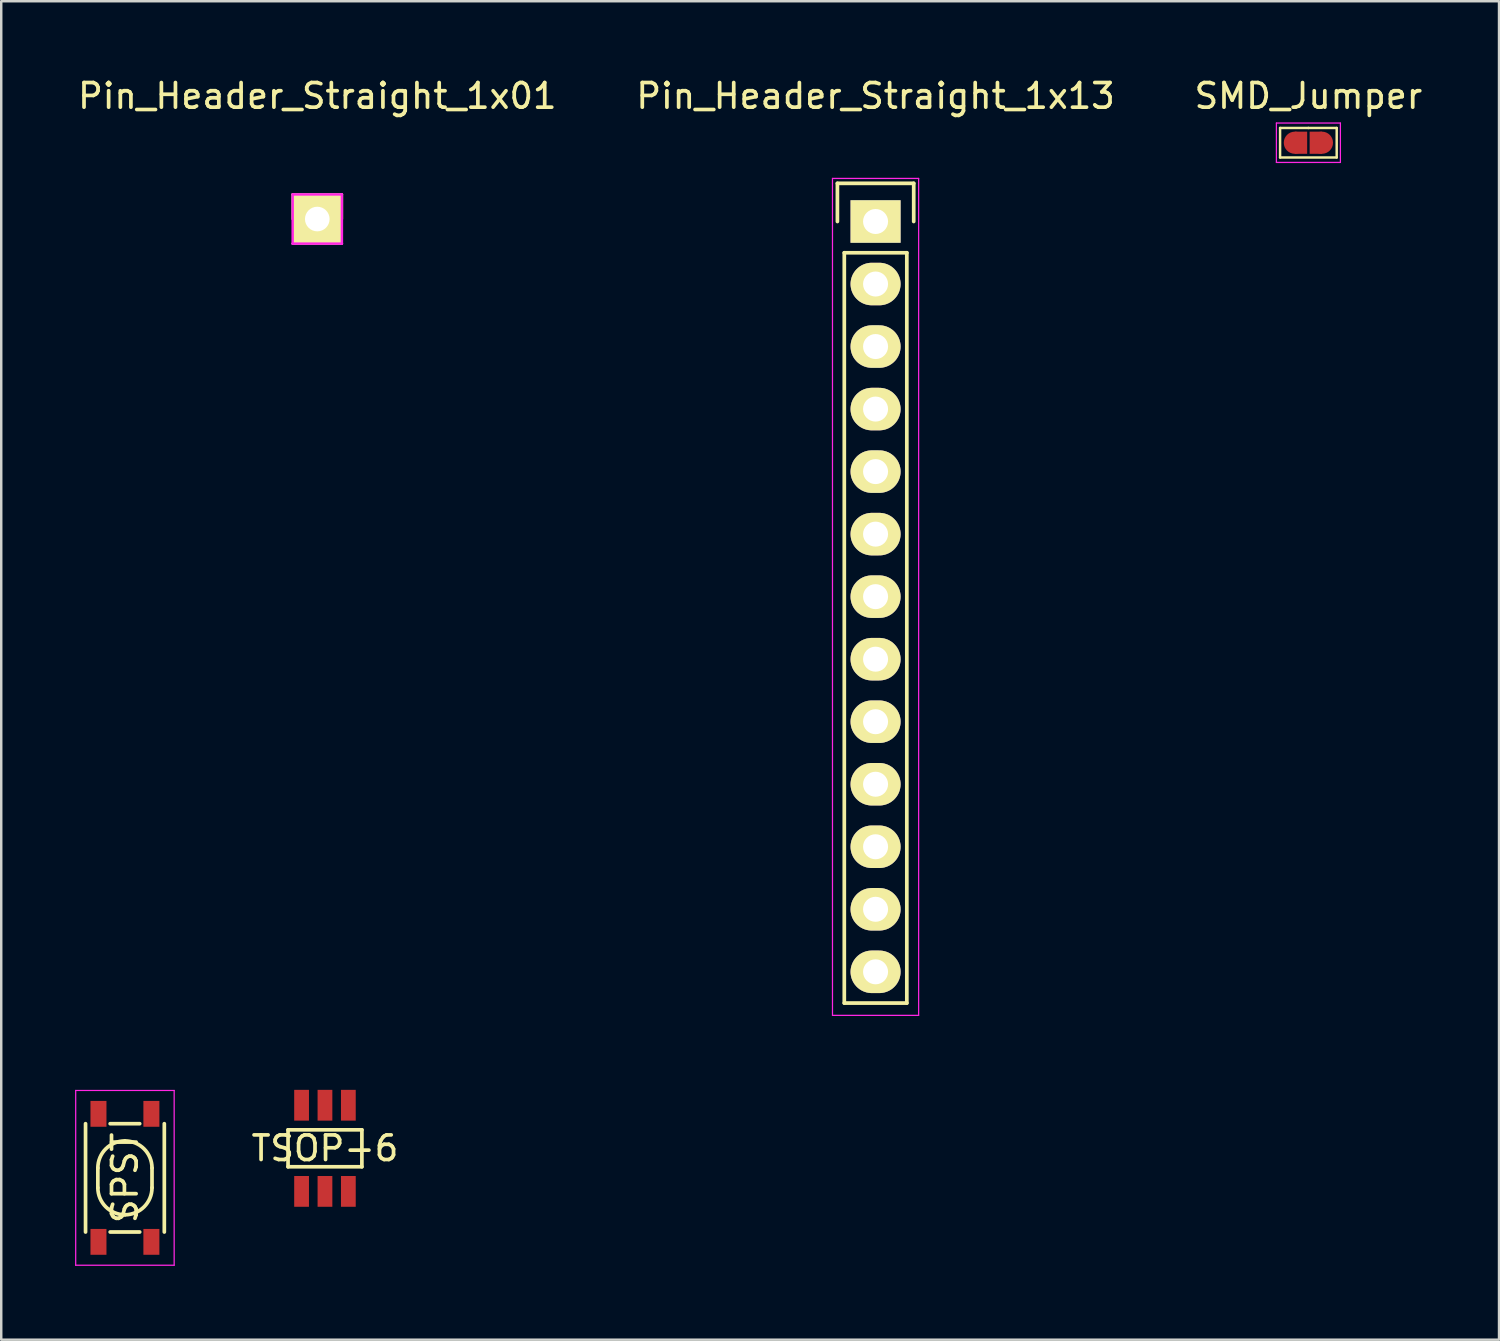
<source format=kicad_pcb>
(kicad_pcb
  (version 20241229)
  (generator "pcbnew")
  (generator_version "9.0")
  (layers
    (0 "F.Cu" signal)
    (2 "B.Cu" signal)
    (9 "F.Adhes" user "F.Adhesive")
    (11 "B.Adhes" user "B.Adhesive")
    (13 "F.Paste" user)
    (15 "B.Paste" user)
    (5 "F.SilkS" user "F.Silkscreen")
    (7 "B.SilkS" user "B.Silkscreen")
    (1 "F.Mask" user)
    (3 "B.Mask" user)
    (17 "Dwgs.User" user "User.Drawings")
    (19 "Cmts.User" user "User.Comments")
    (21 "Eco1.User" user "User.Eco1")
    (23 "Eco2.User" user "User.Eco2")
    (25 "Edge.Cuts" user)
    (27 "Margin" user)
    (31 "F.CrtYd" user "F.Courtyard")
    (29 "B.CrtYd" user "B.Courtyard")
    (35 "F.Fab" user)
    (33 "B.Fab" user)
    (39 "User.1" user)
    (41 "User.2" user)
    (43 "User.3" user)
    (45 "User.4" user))
  (footprint "Pin_Header_Straight_1x13"
    (layer "F.Cu")
    (at 32.518 5.948)
    (property "Reference" "Pin_Header_Straight_1x13" (at 0 -5.1 0) (layer "F.SilkS") (effects (font (size 1 1) (thickness 0.15))))
    (attr through_hole)
    (fp_line (start -1.55 -1.55) (end 1.55 -1.55) (stroke (width 0.15) (type solid)) (layer "F.SilkS"))
    (fp_line (start -1.55 0) (end -1.55 -1.55) (stroke (width 0.15) (type solid)) (layer "F.SilkS"))
    (fp_line (start -1.27 1.27) (end -1.27 31.75) (stroke (width 0.15) (type solid)) (layer "F.SilkS"))
    (fp_line (start -1.27 31.75) (end 1.27 31.75) (stroke (width 0.15) (type solid)) (layer "F.SilkS"))
    (fp_line (start 1.27 1.27) (end -1.27 1.27) (stroke (width 0.15) (type solid)) (layer "F.SilkS"))
    (fp_line (start 1.27 31.75) (end 1.27 1.27) (stroke (width 0.15) (type solid)) (layer "F.SilkS"))
    (fp_line (start 1.55 -1.55) (end 1.55 0) (stroke (width 0.15) (type solid)) (layer "F.SilkS"))
    (fp_line (start -1.75 -1.75) (end -1.75 32.25) (stroke (width 0.05) (type solid)) (layer "F.CrtYd"))
    (fp_line (start -1.75 -1.75) (end 1.75 -1.75) (stroke (width 0.05) (type solid)) (layer "F.CrtYd"))
    (fp_line (start -1.75 32.25) (end 1.75 32.25) (stroke (width 0.05) (type solid)) (layer "F.CrtYd"))
    (fp_line (start 1.75 -1.75) (end 1.75 32.25) (stroke (width 0.05) (type solid)) (layer "F.CrtYd"))
    (pad "1" thru_hole rect (at 0 0) (size 2.032 1.727) (drill 1.016) (layers "*.Cu" "*.Mask" "F.SilkS"))
    (pad "2" thru_hole oval (at 0 2.54) (size 2.032 1.727) (drill 1.016) (layers "*.Cu" "*.Mask" "F.SilkS"))
    (pad "3" thru_hole oval (at 0 5.08) (size 2.032 1.727) (drill 1.016) (layers "*.Cu" "*.Mask" "F.SilkS"))
    (pad "4" thru_hole oval (at 0 7.62) (size 2.032 1.727) (drill 1.016) (layers "*.Cu" "*.Mask" "F.SilkS"))
    (pad "5" thru_hole oval (at 0 10.16) (size 2.032 1.727) (drill 1.016) (layers "*.Cu" "*.Mask" "F.SilkS"))
    (pad "6" thru_hole oval (at 0 12.7) (size 2.032 1.727) (drill 1.016) (layers "*.Cu" "*.Mask" "F.SilkS"))
    (pad "7" thru_hole oval (at 0 15.24) (size 2.032 1.727) (drill 1.016) (layers "*.Cu" "*.Mask" "F.SilkS"))
    (pad "8" thru_hole oval (at 0 17.78) (size 2.032 1.727) (drill 1.016) (layers "*.Cu" "*.Mask" "F.SilkS"))
    (pad "9" thru_hole oval (at 0 20.32) (size 2.032 1.727) (drill 1.016) (layers "*.Cu" "*.Mask" "F.SilkS"))
    (pad "10" thru_hole oval (at 0 22.86) (size 2.032 1.727) (drill 1.016) (layers "*.Cu" "*.Mask" "F.SilkS"))
    (pad "11" thru_hole oval (at 0 25.4) (size 2.032 1.727) (drill 1.016) (layers "*.Cu" "*.Mask" "F.SilkS"))
    (pad "12" thru_hole oval (at 0 27.94) (size 2.032 1.727) (drill 1.016) (layers "*.Cu" "*.Mask" "F.SilkS"))
    (pad "13" thru_hole oval (at 0 30.48) (size 2.032 1.727) (drill 1.016) (layers "*.Cu" "*.Mask" "F.SilkS")))
  (footprint "TSOP-6"
    (layer "F.Cu")
    (at 10.151 43.598)
    (property "Reference" "TSOP-6" (at 0 0 0) (layer "F.SilkS") (effects (font (size 1 1) (thickness 0.15))))
    (attr through_hole)
    (fp_line (start -1.5 -0.75) (end 1.5 -0.75) (stroke (width 0.15) (type solid)) (layer "F.SilkS"))
    (fp_line (start -1.5 0.75) (end -1.5 -0.75) (stroke (width 0.15) (type solid)) (layer "F.SilkS"))
    (fp_line (start 1.5 -0.75) (end 1.5 0.75) (stroke (width 0.15) (type solid)) (layer "F.SilkS"))
    (fp_line (start 1.5 0.75) (end -1.5 0.75) (stroke (width 0.15) (type solid)) (layer "F.SilkS"))
    (pad "1" smd rect (at -0.95 1.75) (size 0.6 1.25) (layers "F.Cu" "F.Mask" "F.Paste"))
    (pad "2" smd rect (at 0 1.75) (size 0.6 1.25) (layers "F.Cu" "F.Mask" "F.Paste"))
    (pad "3" smd rect (at 0.95 1.75) (size 0.6 1.25) (layers "F.Cu" "F.Mask" "F.Paste"))
    (pad "4" smd rect (at 0.95 -1.75) (size 0.6 1.25) (layers "F.Cu" "F.Mask" "F.Paste"))
    (pad "5" smd rect (at 0 -1.75) (size 0.6 1.25) (layers "F.Cu" "F.Mask" "F.Paste"))
    (pad "6" smd rect (at -0.95 -1.75) (size 0.6 1.25) (layers "F.Cu" "F.Mask" "F.Paste")))
  (footprint "SPST"
    (layer "F.Cu")
    (at 2.025 44.798)
    (property "Reference" "SPST" (at 0 0 90) (layer "F.SilkS") (effects (font (size 1 1) (thickness 0.15))))
    (attr smd)
    (fp_line (start -1.6 2.2) (end -1.6 -2.2) (stroke (width 0.15) (type solid)) (layer "F.SilkS"))
    (fp_line (start -1.1 0.4) (end -1.1 -0.4) (stroke (width 0.15) (type solid)) (layer "F.SilkS"))
    (fp_line (start 0.6 -2.2) (end -0.6 -2.2) (stroke (width 0.15) (type solid)) (layer "F.SilkS"))
    (fp_line (start 0.6 2.2) (end -0.6 2.2) (stroke (width 0.15) (type solid)) (layer "F.SilkS"))
    (fp_line (start 1.1 0.4) (end 1.1 -0.4) (stroke (width 0.15) (type solid)) (layer "F.SilkS"))
    (fp_line (start 1.6 -2.2) (end 1.6 2.2) (stroke (width 0.15) (type solid)) (layer "F.SilkS"))
    (fp_arc (start -1.1 -0.4) (mid -0.777817 -1.177817) (end 0 -1.5) (stroke (width 0.15) (type solid)) (layer "F.SilkS"))
    (fp_arc (start 0 -1.5) (mid 0.777817 -1.177817) (end 1.1 -0.4) (stroke (width 0.15) (type solid)) (layer "F.SilkS"))
    (fp_arc (start 0 1.5) (mid -0.777817 1.177817) (end -1.1 0.4) (stroke (width 0.15) (type solid)) (layer "F.SilkS"))
    (fp_arc (start 1.1 0.4) (mid 0.777817 1.177817) (end 0 1.5) (stroke (width 0.15) (type solid)) (layer "F.SilkS"))
    (fp_line (start -2 -3.55) (end 2 -3.55) (stroke (width 0.05) (type solid)) (layer "F.CrtYd"))
    (fp_line (start -2 3.55) (end -2 -3.55) (stroke (width 0.05) (type solid)) (layer "F.CrtYd"))
    (fp_line (start 2 -3.55) (end 2 3.55) (stroke (width 0.05) (type solid)) (layer "F.CrtYd"))
    (fp_line (start 2 3.55) (end -2 3.55) (stroke (width 0.05) (type solid)) (layer "F.CrtYd"))
    (pad "1" smd rect (at -1.075 -2.6 90) (size 1.05 0.65) (layers "F.Cu" "F.Mask" "F.Paste"))
    (pad "1" smd rect (at -1.075 2.6 90) (size 1.05 0.65) (layers "F.Cu" "F.Mask" "F.Paste"))
    (pad "2" smd rect (at 1.075 -2.6 90) (size 1.05 0.65) (layers "F.Cu" "F.Mask" "F.Paste"))
    (pad "2" smd rect (at 1.075 2.6 90) (size 1.05 0.65) (layers "F.Cu" "F.Mask" "F.Paste")))
  (footprint "SMD_Jumper"
    (layer "F.Cu")
    (at 50.101 2.748)
    (property "Reference" "SMD_Jumper" (at 0 -1.9 0) (layer "F.SilkS") (effects (font (size 1 1) (thickness 0.15))))
    (attr smd)
    (fp_line (start -1.15 -0.6) (end 0 -0.6) (stroke (width 0.1) (type solid)) (layer "F.SilkS"))
    (fp_line (start -1.15 0.6) (end -1.15 -0.6) (stroke (width 0.1) (type solid)) (layer "F.SilkS"))
    (fp_line (start 0 -0.6) (end 1.15 -0.6) (stroke (width 0.1) (type solid)) (layer "F.SilkS"))
    (fp_line (start 1.15 -0.6) (end 1.15 0.6) (stroke (width 0.1) (type solid)) (layer "F.SilkS"))
    (fp_line (start 1.15 0.6) (end -1.15 0.6) (stroke (width 0.1) (type solid)) (layer "F.SilkS"))
    (fp_line (start -1.3 -0.8) (end -1.3 0.8) (stroke (width 0.05) (type solid)) (layer "F.CrtYd"))
    (fp_line (start -1.3 -0.8) (end 1.3 -0.8) (stroke (width 0.05) (type solid)) (layer "F.CrtYd"))
    (fp_line (start -1.3 0.8) (end 1.3 0.8) (stroke (width 0.05) (type solid)) (layer "F.CrtYd"))
    (fp_line (start 1.3 -0.8) (end 1.3 0.8) (stroke (width 0.05) (type solid)) (layer "F.CrtYd"))
    (pad "1" smd circle (at -0.55 0) (size 0.9 0.9) (layers "F.Cu" "F.Mask" "F.Paste"))
    (pad "1" smd rect (at -0.3 0) (size 0.5 0.9) (layers "F.Cu" "F.Mask" "F.Paste"))
    (pad "2" smd rect (at 0.3 0) (size 0.5 0.9) (layers "F.Cu" "F.Mask" "F.Paste"))
    (pad "2" smd circle (at 0.55 0) (size 0.9 0.9) (layers "F.Cu" "F.Mask" "F.Paste")))
  (footprint "Pin_Header_Straight_1x01"
    (layer "F.Cu")
    (at 9.839 5.848)
    (property "Reference" "Pin_Header_Straight_1x01" (at 0 -5 0) (layer "F.SilkS") (effects (font (size 1 1) (thickness 0.15))))
    (attr through_hole)
    (fp_line (start -1 -1) (end 1 -1) (stroke (width 0.1) (type solid)) (layer "F.SilkS"))
    (fp_line (start -1 0) (end -1 -1) (stroke (width 0.1) (type solid)) (layer "F.SilkS"))
    (fp_line (start -1 1) (end 1 1) (stroke (width 0.1) (type solid)) (layer "F.SilkS"))
    (fp_line (start 1 -1) (end 1 0) (stroke (width 0.1) (type solid)) (layer "F.SilkS"))
    (fp_line (start -1 -1) (end -1 1) (stroke (width 0.1) (type solid)) (layer "F.CrtYd"))
    (fp_line (start -1 -1) (end 1 -1) (stroke (width 0.1) (type solid)) (layer "F.CrtYd"))
    (fp_line (start -1 1) (end 1 1) (stroke (width 0.1) (type solid)) (layer "F.CrtYd"))
    (fp_line (start 1 -1) (end 1 1) (stroke (width 0.1) (type solid)) (layer "F.CrtYd"))
    (pad "1" thru_hole rect (at 0 0) (size 2 2) (drill 1) (layers "*.Cu" "*.Mask" "F.SilkS")))
  (gr_rect
    (start -3 -3)
    (end 57.845 51.373)
    (stroke (width 0.1) (type default))
    (fill no)
    (layer "Edge.Cuts")))
</source>
